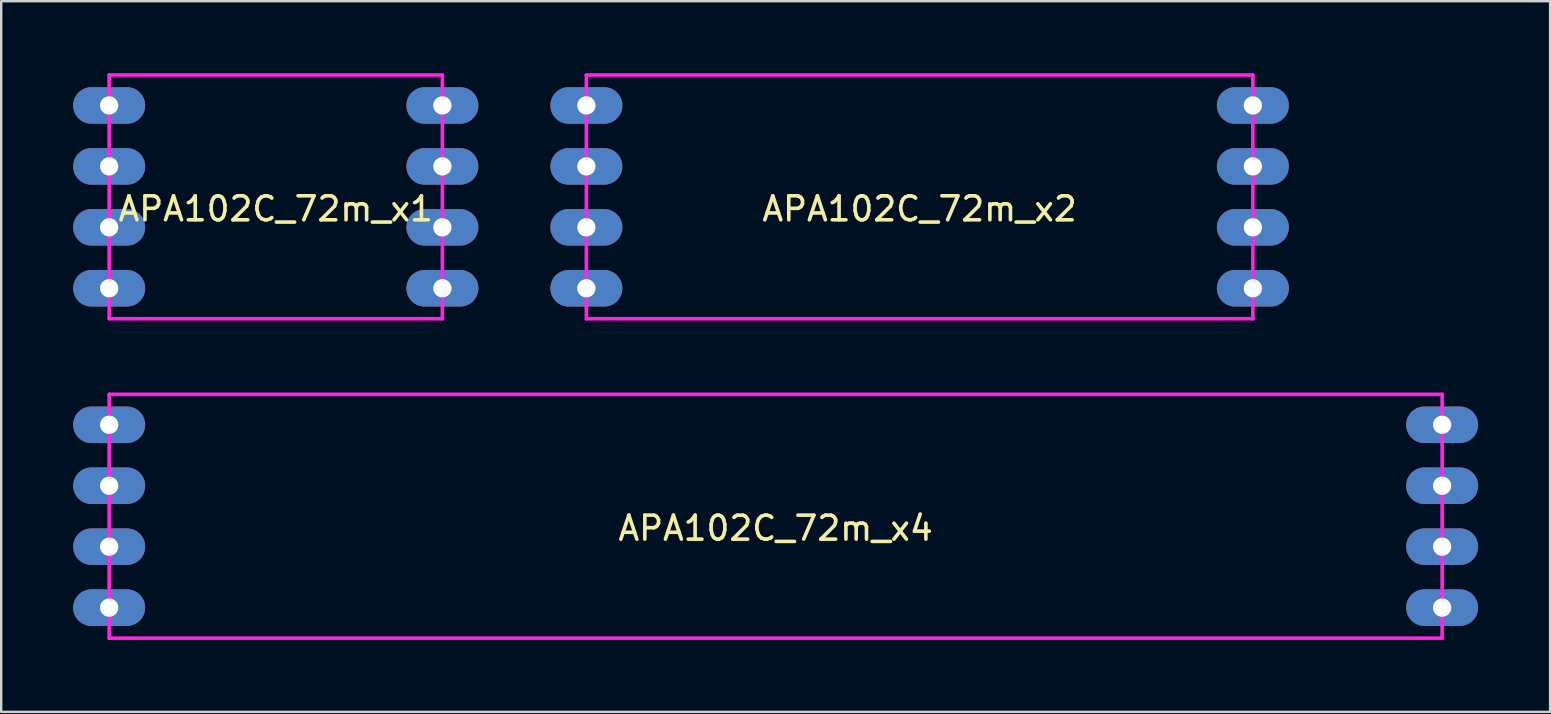
<source format=kicad_pcb>
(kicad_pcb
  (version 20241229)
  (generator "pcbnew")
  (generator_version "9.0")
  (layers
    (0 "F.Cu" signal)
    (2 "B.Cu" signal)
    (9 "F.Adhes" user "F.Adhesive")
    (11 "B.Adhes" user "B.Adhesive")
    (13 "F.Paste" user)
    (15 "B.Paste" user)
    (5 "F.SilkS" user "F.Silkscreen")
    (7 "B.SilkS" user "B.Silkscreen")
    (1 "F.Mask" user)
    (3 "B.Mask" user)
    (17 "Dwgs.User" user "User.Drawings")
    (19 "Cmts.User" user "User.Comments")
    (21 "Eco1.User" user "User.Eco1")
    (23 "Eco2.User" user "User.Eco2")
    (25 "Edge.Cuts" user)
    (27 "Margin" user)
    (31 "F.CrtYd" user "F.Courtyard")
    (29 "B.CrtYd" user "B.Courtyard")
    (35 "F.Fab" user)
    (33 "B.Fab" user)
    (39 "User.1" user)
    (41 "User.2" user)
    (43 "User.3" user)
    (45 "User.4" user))
  (footprint "APA102C_72m_x4"
    (layer "F.Cu")
    (at 29.278 18.465)
    (property "Reference" "APA102C_72m_x4" (at 0 0.5 0) (layer "F.SilkS") (effects (font (size 1 1) (thickness 0.15))))
    (attr through_hole)
    (fp_line (start -27.778 -5.08) (end -27.778 5.08) (stroke (width 0.15) (type solid)) (layer "F.CrtYd"))
    (fp_line (start -27.778 5.08) (end 27.778 5.08) (stroke (width 0.15) (type solid)) (layer "F.CrtYd"))
    (fp_line (start 27.778 -5.08) (end -27.778 -5.08) (stroke (width 0.15) (type solid)) (layer "F.CrtYd"))
    (fp_line (start 27.778 5.08) (end 27.778 -5.08) (stroke (width 0.15) (type solid)) (layer "F.CrtYd"))
    (pad "1" thru_hole oval (at -27.778 -3.81) (size 3 1.524) (drill 0.762) (layers "*.Cu" "*.Mask"))
    (pad "2" thru_hole oval (at -27.778 -1.27) (size 3 1.524) (drill 0.762) (layers "*.Cu" "*.Mask"))
    (pad "3" thru_hole oval (at -27.778 1.27) (size 3 1.524) (drill 0.762) (layers "*.Cu" "*.Mask"))
    (pad "4" thru_hole oval (at -27.778 3.81) (size 3 1.524) (drill 0.762) (layers "*.Cu" "*.Mask"))
    (pad "5" thru_hole oval (at 27.778 -3.81) (size 3 1.524) (drill 0.762) (layers "*.Cu" "*.Mask"))
    (pad "6" thru_hole oval (at 27.778 -1.27) (size 3 1.524) (drill 0.762) (layers "*.Cu" "*.Mask"))
    (pad "7" thru_hole oval (at 27.778 1.27) (size 3 1.524) (drill 0.762) (layers "*.Cu" "*.Mask"))
    (pad "8" thru_hole oval (at 27.778 3.81) (size 3 1.524) (drill 0.762) (layers "*.Cu" "*.Mask")))
  (footprint "APA102C_72m_x1"
    (layer "F.Cu")
    (at 8.444 5.155)
    (property "Reference" "APA102C_72m_x1" (at 0 0.5 0) (layer "F.SilkS") (effects (font (size 1 1) (thickness 0.15))))
    (attr through_hole)
    (fp_line (start -6.944 -5.08) (end -6.944 5.08) (stroke (width 0.15) (type solid)) (layer "F.CrtYd"))
    (fp_line (start -6.944 5.08) (end 6.944 5.08) (stroke (width 0.15) (type solid)) (layer "F.CrtYd"))
    (fp_line (start 6.944 -5.08) (end -6.944 -5.08) (stroke (width 0.15) (type solid)) (layer "F.CrtYd"))
    (fp_line (start 6.944 5.08) (end 6.944 -5.08) (stroke (width 0.15) (type solid)) (layer "F.CrtYd"))
    (pad "1" thru_hole oval (at -6.944 -3.81) (size 3 1.524) (drill 0.762) (layers "*.Cu" "*.Mask"))
    (pad "2" thru_hole oval (at -6.944 -1.27) (size 3 1.524) (drill 0.762) (layers "*.Cu" "*.Mask"))
    (pad "3" thru_hole oval (at -6.944 1.27) (size 3 1.524) (drill 0.762) (layers "*.Cu" "*.Mask"))
    (pad "4" thru_hole oval (at -6.944 3.81) (size 3 1.524) (drill 0.762) (layers "*.Cu" "*.Mask"))
    (pad "5" thru_hole oval (at 6.944 -3.81) (size 3 1.524) (drill 0.762) (layers "*.Cu" "*.Mask"))
    (pad "6" thru_hole oval (at 6.944 -1.27) (size 3 1.524) (drill 0.762) (layers "*.Cu" "*.Mask"))
    (pad "7" thru_hole oval (at 6.944 1.27) (size 3 1.524) (drill 0.762) (layers "*.Cu" "*.Mask"))
    (pad "8" thru_hole oval (at 6.944 3.81) (size 3 1.524) (drill 0.762) (layers "*.Cu" "*.Mask")))
  (footprint "APA102C_72m_x2"
    (layer "F.Cu")
    (at 35.278 5.155)
    (property "Reference" "APA102C_72m_x2" (at 0 0.5 0) (layer "F.SilkS") (effects (font (size 1 1) (thickness 0.15))))
    (attr through_hole)
    (fp_line (start -13.889 -5.08) (end -13.889 5.08) (stroke (width 0.15) (type solid)) (layer "F.CrtYd"))
    (fp_line (start -13.889 5.08) (end 13.889 5.08) (stroke (width 0.15) (type solid)) (layer "F.CrtYd"))
    (fp_line (start 13.889 -5.08) (end -13.889 -5.08) (stroke (width 0.15) (type solid)) (layer "F.CrtYd"))
    (fp_line (start 13.889 5.08) (end 13.889 -5.08) (stroke (width 0.15) (type solid)) (layer "F.CrtYd"))
    (pad "1" thru_hole oval (at -13.889 -3.81) (size 3 1.524) (drill 0.762) (layers "*.Cu" "*.Mask"))
    (pad "2" thru_hole oval (at -13.889 -1.27) (size 3 1.524) (drill 0.762) (layers "*.Cu" "*.Mask"))
    (pad "3" thru_hole oval (at -13.889 1.27) (size 3 1.524) (drill 0.762) (layers "*.Cu" "*.Mask"))
    (pad "4" thru_hole oval (at -13.889 3.81) (size 3 1.524) (drill 0.762) (layers "*.Cu" "*.Mask"))
    (pad "5" thru_hole oval (at 13.889 -3.81) (size 3 1.524) (drill 0.762) (layers "*.Cu" "*.Mask"))
    (pad "6" thru_hole oval (at 13.889 -1.27) (size 3 1.524) (drill 0.762) (layers "*.Cu" "*.Mask"))
    (pad "7" thru_hole oval (at 13.889 1.27) (size 3 1.524) (drill 0.762) (layers "*.Cu" "*.Mask"))
    (pad "8" thru_hole oval (at 13.889 3.81) (size 3 1.524) (drill 0.762) (layers "*.Cu" "*.Mask")))
  (gr_rect
    (start -3 -3)
    (end 61.555 26.62)
    (stroke (width 0.1) (type default))
    (fill no)
    (layer "Edge.Cuts")))
</source>
